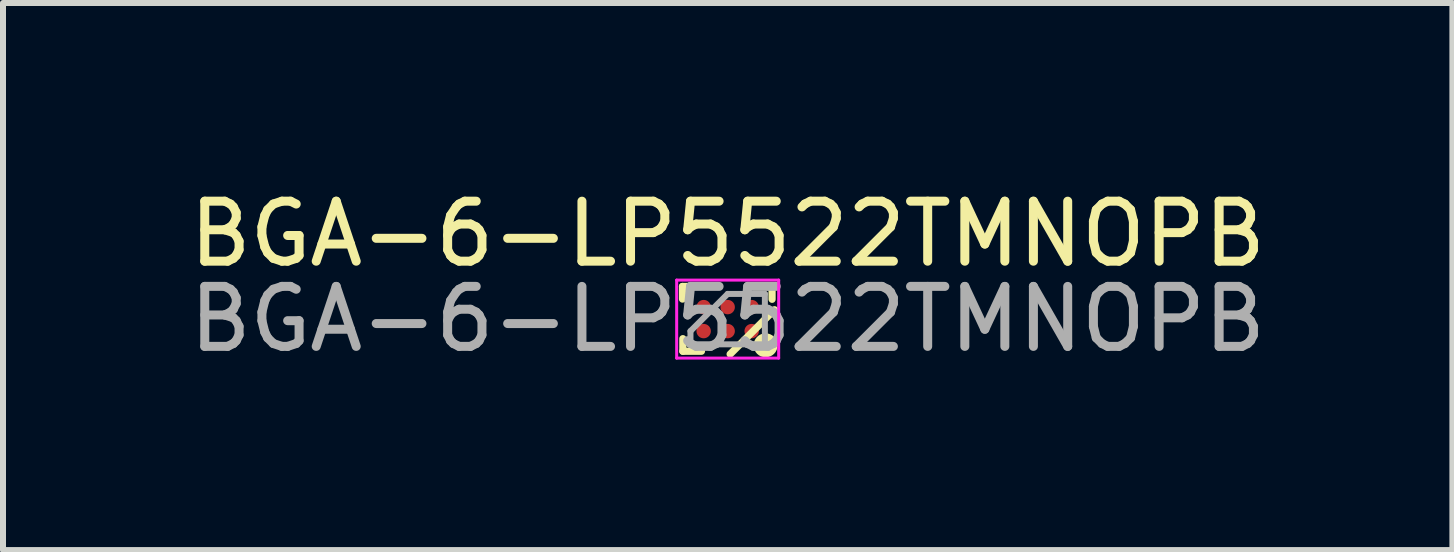
<source format=kicad_pcb>
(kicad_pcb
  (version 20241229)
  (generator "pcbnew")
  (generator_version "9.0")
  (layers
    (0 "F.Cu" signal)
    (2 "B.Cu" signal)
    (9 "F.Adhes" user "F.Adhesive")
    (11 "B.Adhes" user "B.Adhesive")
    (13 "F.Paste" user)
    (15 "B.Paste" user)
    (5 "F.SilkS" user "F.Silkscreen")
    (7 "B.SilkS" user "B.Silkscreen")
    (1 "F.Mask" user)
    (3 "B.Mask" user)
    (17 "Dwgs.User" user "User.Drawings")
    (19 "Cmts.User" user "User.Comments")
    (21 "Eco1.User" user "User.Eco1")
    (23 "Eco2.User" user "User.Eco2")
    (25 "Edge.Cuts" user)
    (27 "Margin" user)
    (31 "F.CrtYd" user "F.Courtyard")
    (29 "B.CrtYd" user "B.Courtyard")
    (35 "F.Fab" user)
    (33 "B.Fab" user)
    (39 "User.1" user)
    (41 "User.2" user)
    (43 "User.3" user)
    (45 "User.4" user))
  (footprint "BGA-6-LP5522TMNOPB"
    (layer "F.Cu")
    (at 9.077 2.268)
    (property "Reference" "BGA-6-LP5522TMNOPB" (at 0 -1.42 0) (layer "F.SilkS") (effects (font (size 1 1) (thickness 0.15))))
    (attr smd)
    (fp_line (start -0.753 -0.544) (end -0.753 -0.334) (stroke (width 0.12) (type default)) (layer "F.SilkS"))
    (fp_line (start -0.747 0.536) (end -0.747 0.326) (stroke (width 0.12) (type default)) (layer "F.SilkS"))
    (fp_line (start -0.443 -0.544) (end -0.753 -0.544) (stroke (width 0.12) (type default)) (layer "F.SilkS"))
    (fp_line (start -0.437 0.536) (end -0.747 0.536) (stroke (width 0.12) (type default)) (layer "F.SilkS"))
    (fp_line (start 0.43 -0.54) (end 0.74 -0.54) (stroke (width 0.12) (type default)) (layer "F.SilkS"))
    (fp_line (start 0.74 -0.54) (end 0.74 -0.33) (stroke (width 0.12) (type default)) (layer "F.SilkS"))
    (fp_line (start 0.781 -0.156) (end 0.041 0.584) (stroke (width 0.12) (type default)) (layer "F.SilkS"))
    (fp_circle (center 0.632 0.437) (end 0.632 0.537) (stroke (width 0.2) (type default)) (fill no) (layer "F.SilkS"))
    (fp_line (start -0.85 -0.65) (end 0.85 -0.65) (stroke (width 0.05) (type default)) (layer "F.CrtYd"))
    (fp_line (start -0.85 0.65) (end -0.85 -0.65) (stroke (width 0.05) (type default)) (layer "F.CrtYd"))
    (fp_line (start 0.85 -0.65) (end 0.85 0.65) (stroke (width 0.05) (type default)) (layer "F.CrtYd"))
    (fp_line (start 0.85 0.65) (end -0.85 0.65) (stroke (width 0.05) (type default)) (layer "F.CrtYd"))
    (fp_line (start -0.62 0.2) (end -0.62 0.42) (stroke (width 0.1) (type default)) (layer "F.Fab"))
    (fp_line (start -0.62 0.42) (end 0.62 0.42) (stroke (width 0.1) (type default)) (layer "F.Fab"))
    (fp_line (start 0 -0.42) (end -0.62 0.2) (stroke (width 0.1) (type default)) (layer "F.Fab"))
    (fp_line (start 0.62 -0.42) (end 0 -0.42) (stroke (width 0.1) (type default)) (layer "F.Fab"))
    (fp_line (start 0.62 0.42) (end 0.62 -0.42) (stroke (width 0.1) (type default)) (layer "F.Fab"))
    (fp_text user "${REFERENCE}" (at 0 0 0) (layer "F.Fab") (effects (font (size 1 1) (thickness 0.15))))
    (pad "A1" smd circle (at 0.4 0.2) (size 0.24 0.24) (layers "F.Cu" "F.Mask" "F.Paste"))
    (pad "A2" smd circle (at 0.4 -0.2) (size 0.24 0.24) (layers "F.Cu" "F.Mask" "F.Paste"))
    (pad "B1" smd circle (at 0 0.2) (size 0.24 0.24) (layers "F.Cu" "F.Mask" "F.Paste"))
    (pad "B2" smd circle (at 0 -0.2) (size 0.24 0.24) (layers "F.Cu" "F.Mask" "F.Paste"))
    (pad "C1" smd circle (at -0.4 0.2) (size 0.24 0.24) (layers "F.Cu" "F.Mask" "F.Paste"))
    (pad "C2" smd circle (at -0.4 -0.2) (size 0.24 0.24) (layers "F.Cu" "F.Mask" "F.Paste")))
  (gr_rect
    (start -3 -3)
    (end 21.155 6.117)
    (stroke (width 0.1) (type default))
    (fill no)
    (layer "Edge.Cuts")))
</source>
